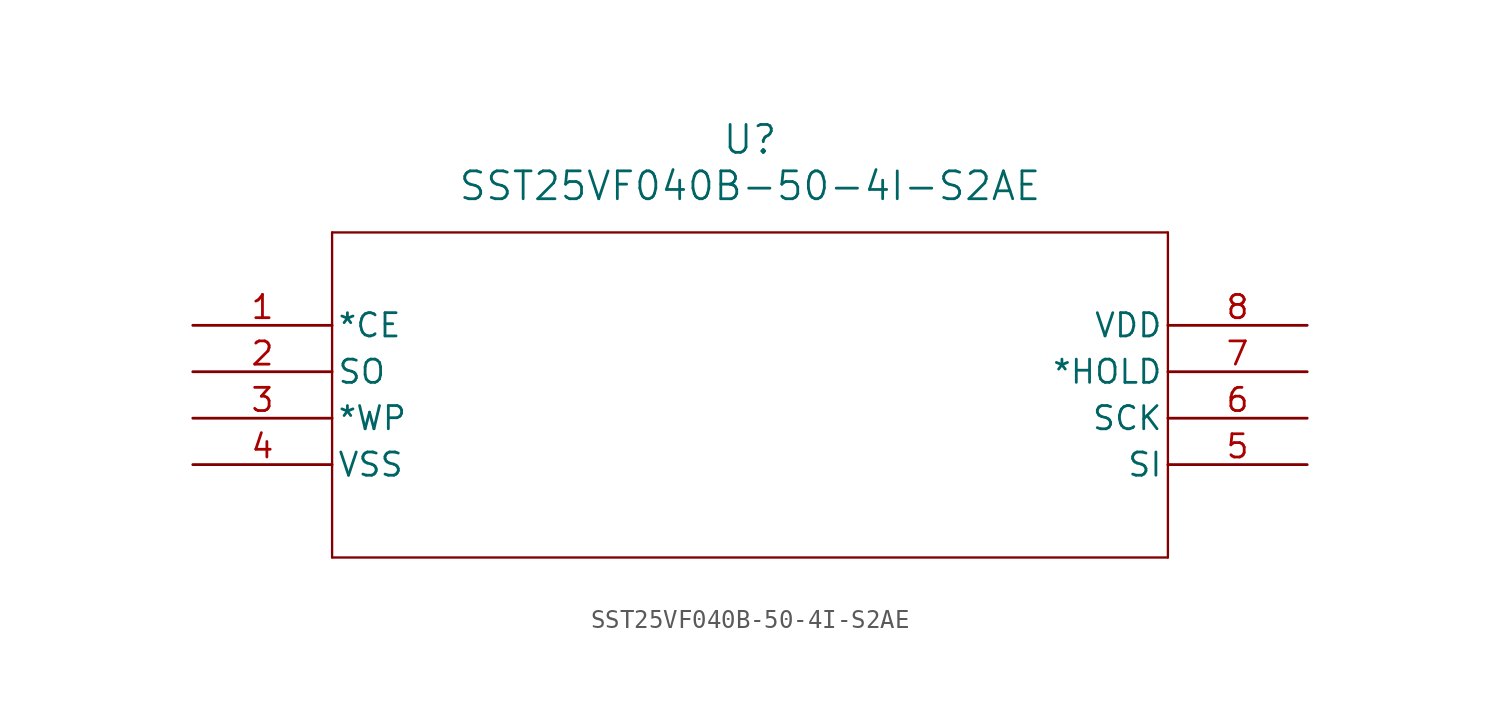
<source format=kicad_sym>
(kicad_symbol_lib
  (version 20211014)
  (generator kicad_symbol_editor)
  (symbol "SST25VF040B-50-4I-S2AE"
    (pin_names
      (offset 0.254))
    (property "Reference" "U"
      (at 30.48 10.16 0)
      (effects (font (size 1.524 1.524))))
    (property "Value" "SST25VF040B-50-4I-S2AE"
      (at 30.48 7.62 0)
      (effects (font (size 1.524 1.524))))
    (symbol "SST25VF040B-50-4I-S2AE_0_1"
      (polyline (pts (xy 7.62 5.08) (xy 7.62 -12.7)) (stroke (width 0.127) (type default) (color 0 0 0 0)) (fill (type none)))
      (polyline (pts (xy 7.62 -12.7) (xy 53.34 -12.7)) (stroke (width 0.127) (type default) (color 0 0 0 0)) (fill (type none)))
      (polyline (pts (xy 53.34 -12.7) (xy 53.34 5.08)) (stroke (width 0.127) (type default) (color 0 0 0 0)) (fill (type none)))
      (polyline (pts (xy 53.34 5.08) (xy 7.62 5.08)) (stroke (width 0.127) (type default) (color 0 0 0 0)) (fill (type none)))
      (pin input line (at 0 0 0) (length 7.62) (name "*CE" (effects (font (size 1.27 1.27)))) (number "1" (effects (font (size 1.27 1.27)))))
      (pin output line (at 0 -2.54 0) (length 7.62) (name "SO" (effects (font (size 1.27 1.27)))) (number "2" (effects (font (size 1.27 1.27)))))
      (pin input line (at 0 -5.08 0) (length 7.62) (name "*WP" (effects (font (size 1.27 1.27)))) (number "3" (effects (font (size 1.27 1.27)))))
      (pin power_in line (at 0 -7.62 0) (length 7.62) (name "VSS" (effects (font (size 1.27 1.27)))) (number "4" (effects (font (size 1.27 1.27)))))
      (pin input line (at 60.96 -7.62 180) (length 7.62) (name "SI" (effects (font (size 1.27 1.27)))) (number "5" (effects (font (size 1.27 1.27)))))
      (pin input line (at 60.96 -5.08 180) (length 7.62) (name "SCK" (effects (font (size 1.27 1.27)))) (number "6" (effects (font (size 1.27 1.27)))))
      (pin input line (at 60.96 -2.54 180) (length 7.62) (name "*HOLD" (effects (font (size 1.27 1.27)))) (number "7" (effects (font (size 1.27 1.27)))))
      (pin power_in line (at 60.96 0 180) (length 7.62) (name "VDD" (effects (font (size 1.27 1.27)))) (number "8" (effects (font (size 1.27 1.27))))))))
</source>
